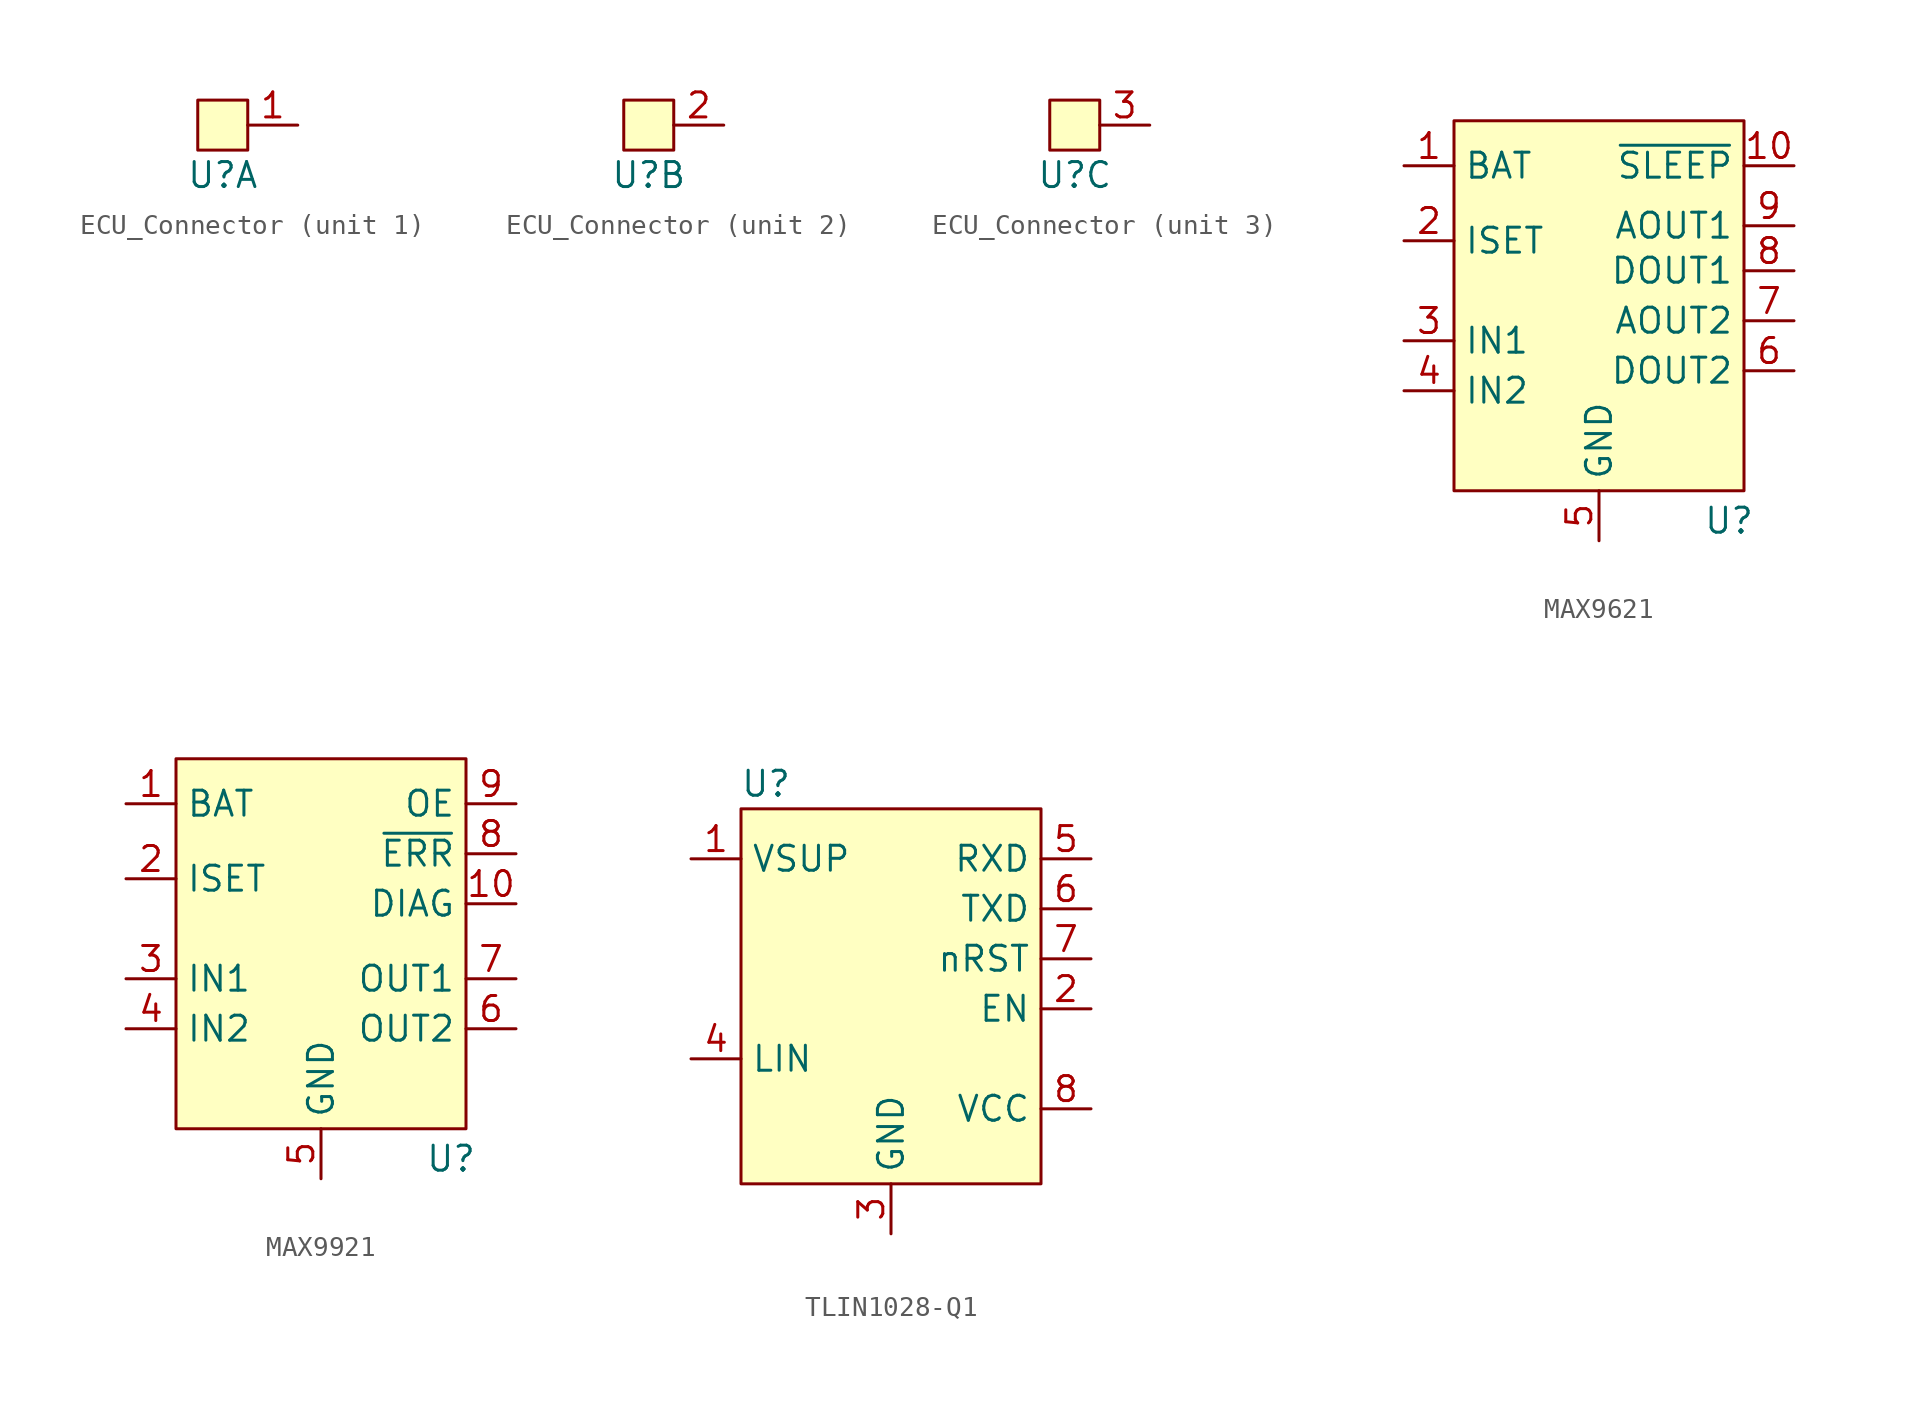
<source format=kicad_sym>
(kicad_symbol_lib
  (version 20220914)
  (generator kicad_symbol_editor)
  (symbol "ECU_Connector"
    (property "Reference" "U"
      (at 0 -2.54 0)
      (effects (font (size 1.27 1.27))))
    (property "Value" ""
      (at 0 0 0)
      (effects (font (size 1.27 1.27))))
    (property "ki_locked" ""
      (at 0 0 0)
      (effects (font (size 1.27 1.27))))
    (symbol "ECU_Connector_1_1"
      (rectangle (start -1.27 1.27) (end 1.27 -1.27) (stroke (width 0) (type default)) (fill (type background)))
      (pin bidirectional line (at 3.81 0 180) (length 2.54) (name "" (effects (font (size 1.27 1.27)))) (number "1" (effects (font (size 1.27 1.27))))))
    (symbol "ECU_Connector_2_1"
      (rectangle (start -1.27 1.27) (end 1.27 -1.27) (stroke (width 0) (type default)) (fill (type background)))
      (pin bidirectional line (at 3.81 0 180) (length 2.54) (name "" (effects (font (size 1.27 1.27)))) (number "2" (effects (font (size 1.27 1.27))))))
    (symbol "ECU_Connector_3_1"
      (rectangle (start -1.27 1.27) (end 1.27 -1.27) (stroke (width 0) (type default)) (fill (type background)))
      (pin bidirectional line (at 3.81 0 180) (length 2.54) (name "" (effects (font (size 1.27 1.27)))) (number "3" (effects (font (size 1.27 1.27)))))))
  (symbol "MAX9621"
    (property "Reference" "U"
      (at 6.604 -10.922 0)
      (effects (font (size 1.27 1.27))))
    (property "Value" ""
      (at -3.81 1.016 0)
      (effects (font (size 1.27 1.27))))
    (symbol "MAX9621_0_1"
      (rectangle (start -7.366 9.398) (end 7.366 -9.398) (stroke (width 0) (type default)) (fill (type background))))
    (symbol "MAX9621_1_1"
      (pin power_in line (at -9.906 7.112 0) (length 2.54) (name "BAT" (effects (font (size 1.27 1.27)))) (number "1" (effects (font (size 1.27 1.27)))))
      (pin input line (at 9.906 7.112 180) (length 2.54) (name "~{SLEEP}" (effects (font (size 1.27 1.27)))) (number "10" (effects (font (size 1.27 1.27)))))
      (pin input line (at -9.906 3.302 0) (length 2.54) (name "ISET" (effects (font (size 1.27 1.27)))) (number "2" (effects (font (size 1.27 1.27)))))
      (pin input line (at -9.906 -1.778 0) (length 2.54) (name "IN1" (effects (font (size 1.27 1.27)))) (number "3" (effects (font (size 1.27 1.27)))))
      (pin input line (at -9.906 -4.318 0) (length 2.54) (name "IN2" (effects (font (size 1.27 1.27)))) (number "4" (effects (font (size 1.27 1.27)))))
      (pin power_in line (at 0 -11.938 90) (length 2.54) (name "GND" (effects (font (size 1.27 1.27)))) (number "5" (effects (font (size 1.27 1.27)))))
      (pin output line (at 9.906 -3.302 180) (length 2.54) (name "DOUT2" (effects (font (size 1.27 1.27)))) (number "6" (effects (font (size 1.27 1.27)))))
      (pin output line (at 9.906 -0.762 180) (length 2.54) (name "AOUT2" (effects (font (size 1.27 1.27)))) (number "7" (effects (font (size 1.27 1.27)))))
      (pin output line (at 9.906 1.778 180) (length 2.54) (name "DOUT1" (effects (font (size 1.27 1.27)))) (number "8" (effects (font (size 1.27 1.27)))))
      (pin output line (at 9.906 4.064 180) (length 2.54) (name "AOUT1" (effects (font (size 1.27 1.27)))) (number "9" (effects (font (size 1.27 1.27)))))))
  (symbol "MAX9921"
    (property "Reference" "U"
      (at 6.604 -10.922 0)
      (effects (font (size 1.27 1.27))))
    (property "Value" ""
      (at -3.81 1.016 0)
      (effects (font (size 1.27 1.27))))
    (symbol "MAX9921_0_1"
      (rectangle (start -7.366 9.398) (end 7.366 -9.398) (stroke (width 0) (type default)) (fill (type background))))
    (symbol "MAX9921_1_1"
      (pin power_in line (at -9.906 7.112 0) (length 2.54) (name "BAT" (effects (font (size 1.27 1.27)))) (number "1" (effects (font (size 1.27 1.27)))))
      (pin input line (at 9.906 2.032 180) (length 2.54) (name "DIAG" (effects (font (size 1.27 1.27)))) (number "10" (effects (font (size 1.27 1.27)))))
      (pin input line (at -9.906 3.302 0) (length 2.54) (name "ISET" (effects (font (size 1.27 1.27)))) (number "2" (effects (font (size 1.27 1.27)))))
      (pin input line (at -9.906 -1.778 0) (length 2.54) (name "IN1" (effects (font (size 1.27 1.27)))) (number "3" (effects (font (size 1.27 1.27)))))
      (pin input line (at -9.906 -4.318 0) (length 2.54) (name "IN2" (effects (font (size 1.27 1.27)))) (number "4" (effects (font (size 1.27 1.27)))))
      (pin power_in line (at 0 -11.938 90) (length 2.54) (name "GND" (effects (font (size 1.27 1.27)))) (number "5" (effects (font (size 1.27 1.27)))))
      (pin output line (at 9.906 -4.318 180) (length 2.54) (name "OUT2" (effects (font (size 1.27 1.27)))) (number "6" (effects (font (size 1.27 1.27)))))
      (pin output line (at 9.906 -1.778 180) (length 2.54) (name "OUT1" (effects (font (size 1.27 1.27)))) (number "7" (effects (font (size 1.27 1.27)))))
      (pin output line (at 9.906 4.572 180) (length 2.54) (name "~{ERR}" (effects (font (size 1.27 1.27)))) (number "8" (effects (font (size 1.27 1.27)))))
      (pin input line (at 9.906 7.112 180) (length 2.54) (name "OE" (effects (font (size 1.27 1.27)))) (number "9" (effects (font (size 1.27 1.27)))))))
  (symbol "TLIN1028-Q1"
    (property "Reference" "U"
      (at -6.35 6.35 0)
      (effects (font (size 1.27 1.27))))
    (property "Value" ""
      (at -1.27 0 0)
      (effects (font (size 1.27 1.27))))
    (symbol "TLIN1028-Q1_1_1"
      (rectangle (start -7.62 5.08) (end 7.62 -13.97) (stroke (width 0) (type default)) (fill (type background)))
      (pin power_in line (at -10.16 2.54 0) (length 2.54) (name "VSUP" (effects (font (size 1.27 1.27)))) (number "1" (effects (font (size 1.27 1.27)))))
      (pin input line (at 10.16 -5.08 180) (length 2.54) (name "EN" (effects (font (size 1.27 1.27)))) (number "2" (effects (font (size 1.27 1.27)))))
      (pin power_in line (at 0 -16.51 90) (length 2.54) (name "GND" (effects (font (size 1.27 1.27)))) (number "3" (effects (font (size 1.27 1.27)))))
      (pin bidirectional line (at -10.16 -7.62 0) (length 2.54) (name "LIN" (effects (font (size 1.27 1.27)))) (number "4" (effects (font (size 1.27 1.27)))))
      (pin open_collector line (at 10.16 2.54 180) (length 2.54) (name "RXD" (effects (font (size 1.27 1.27)))) (number "5" (effects (font (size 1.27 1.27)))))
      (pin input line (at 10.16 0 180) (length 2.54) (name "TXD" (effects (font (size 1.27 1.27)))) (number "6" (effects (font (size 1.27 1.27)))))
      (pin output line (at 10.16 -2.54 180) (length 2.54) (name "nRST" (effects (font (size 1.27 1.27)))) (number "7" (effects (font (size 1.27 1.27)))))
      (pin power_out line (at 10.16 -10.16 180) (length 2.54) (name "VCC" (effects (font (size 1.27 1.27)))) (number "8" (effects (font (size 1.27 1.27))))))))
</source>
